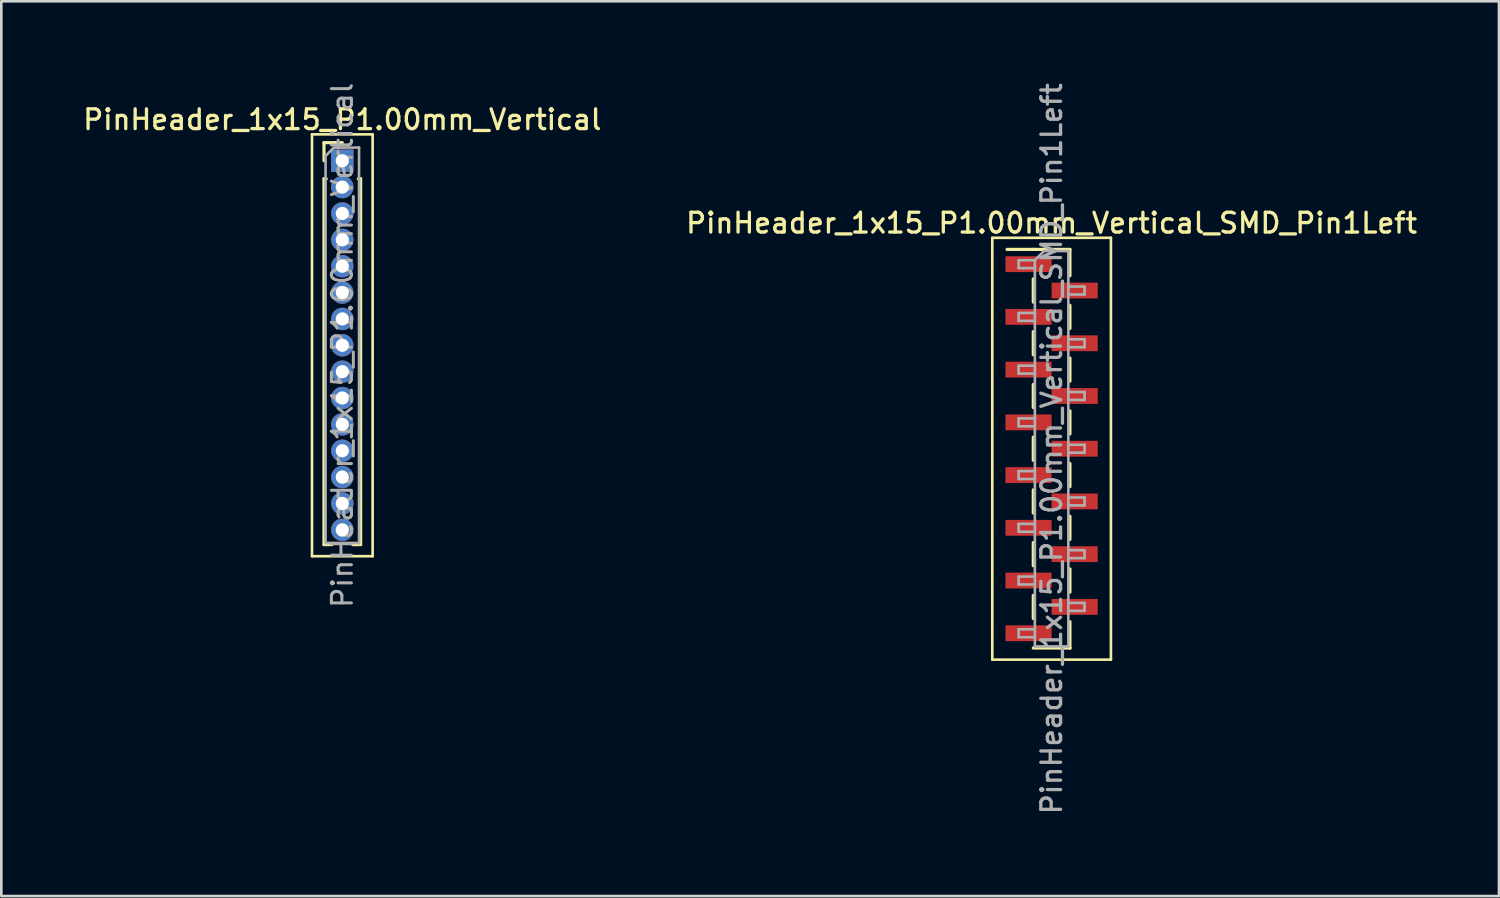
<source format=kicad_pcb>
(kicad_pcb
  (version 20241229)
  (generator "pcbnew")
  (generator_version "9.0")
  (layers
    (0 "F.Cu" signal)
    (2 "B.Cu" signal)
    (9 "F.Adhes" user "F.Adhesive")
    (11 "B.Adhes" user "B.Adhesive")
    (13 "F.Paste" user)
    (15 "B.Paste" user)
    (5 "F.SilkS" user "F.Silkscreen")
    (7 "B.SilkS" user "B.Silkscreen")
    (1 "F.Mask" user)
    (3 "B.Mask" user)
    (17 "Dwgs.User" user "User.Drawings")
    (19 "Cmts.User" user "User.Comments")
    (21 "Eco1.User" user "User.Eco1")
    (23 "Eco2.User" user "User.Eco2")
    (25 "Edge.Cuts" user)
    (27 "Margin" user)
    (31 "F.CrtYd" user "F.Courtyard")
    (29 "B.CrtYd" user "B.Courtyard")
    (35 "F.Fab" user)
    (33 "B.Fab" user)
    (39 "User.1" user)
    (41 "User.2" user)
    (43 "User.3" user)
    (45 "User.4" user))
  (footprint "PinHeader_1x15_P1.00mm_Vertical"
    (layer "F.Cu")
    (at 9.934 3.047)
    (property "Reference" "PinHeader_1x15_P1.00mm_Vertical" (at 0 -1.56 0) (layer "F.SilkS") (effects (font (size 0.75 0.75) (thickness 0.125))))
    (attr through_hole)
    (fp_line (start -1.15 -1) (end -1.15 15) (stroke (width 0.1) (type solid)) (layer "F.SilkS"))
    (fp_line (start -1.15 15) (end 1.15 15) (stroke (width 0.1) (type solid)) (layer "F.SilkS"))
    (fp_line (start -0.695 -0.685) (end 0 -0.685) (stroke (width 0.12) (type solid)) (layer "F.SilkS"))
    (fp_line (start -0.695 0) (end -0.695 -0.685) (stroke (width 0.12) (type solid)) (layer "F.SilkS"))
    (fp_line (start -0.695 0.685) (end -0.695 14.56) (stroke (width 0.12) (type solid)) (layer "F.SilkS"))
    (fp_line (start -0.695 0.685) (end -0.608 0.685) (stroke (width 0.12) (type solid)) (layer "F.SilkS"))
    (fp_line (start -0.695 14.56) (end -0.394 14.56) (stroke (width 0.12) (type solid)) (layer "F.SilkS"))
    (fp_line (start 0.394 14.56) (end 0.695 14.56) (stroke (width 0.12) (type solid)) (layer "F.SilkS"))
    (fp_line (start 0.608 0.685) (end 0.695 0.685) (stroke (width 0.12) (type solid)) (layer "F.SilkS"))
    (fp_line (start 0.695 0.685) (end 0.695 14.56) (stroke (width 0.12) (type solid)) (layer "F.SilkS"))
    (fp_line (start 1.15 -1) (end -1.15 -1) (stroke (width 0.1) (type solid)) (layer "F.SilkS"))
    (fp_line (start 1.15 15) (end 1.15 -1) (stroke (width 0.1) (type solid)) (layer "F.SilkS"))
    (fp_line (start -0.635 -0.182) (end -0.318 -0.5) (stroke (width 0.1) (type solid)) (layer "F.Fab"))
    (fp_line (start -0.635 14.5) (end -0.635 -0.182) (stroke (width 0.1) (type solid)) (layer "F.Fab"))
    (fp_line (start -0.318 -0.5) (end 0.635 -0.5) (stroke (width 0.1) (type solid)) (layer "F.Fab"))
    (fp_line (start 0.635 -0.5) (end 0.635 14.5) (stroke (width 0.1) (type solid)) (layer "F.Fab"))
    (fp_line (start 0.635 14.5) (end -0.635 14.5) (stroke (width 0.1) (type solid)) (layer "F.Fab"))
    (fp_text user "${REFERENCE}" (at 0 7 90) (layer "F.Fab") (effects (font (size 0.76 0.76) (thickness 0.114))))
    (pad "1" thru_hole rect (at 0 0) (size 0.85 0.85) (drill 0.5) (layers "*.Cu" "*.Mask"))
    (pad "2" thru_hole oval (at 0 1) (size 0.85 0.85) (drill 0.5) (layers "*.Cu" "*.Mask"))
    (pad "3" thru_hole oval (at 0 2) (size 0.85 0.85) (drill 0.5) (layers "*.Cu" "*.Mask"))
    (pad "4" thru_hole oval (at 0 3) (size 0.85 0.85) (drill 0.5) (layers "*.Cu" "*.Mask"))
    (pad "5" thru_hole oval (at 0 4) (size 0.85 0.85) (drill 0.5) (layers "*.Cu" "*.Mask"))
    (pad "6" thru_hole oval (at 0 5) (size 0.85 0.85) (drill 0.5) (layers "*.Cu" "*.Mask"))
    (pad "7" thru_hole oval (at 0 6) (size 0.85 0.85) (drill 0.5) (layers "*.Cu" "*.Mask"))
    (pad "8" thru_hole oval (at 0 7) (size 0.85 0.85) (drill 0.5) (layers "*.Cu" "*.Mask"))
    (pad "9" thru_hole oval (at 0 8) (size 0.85 0.85) (drill 0.5) (layers "*.Cu" "*.Mask"))
    (pad "10" thru_hole oval (at 0 9) (size 0.85 0.85) (drill 0.5) (layers "*.Cu" "*.Mask"))
    (pad "11" thru_hole oval (at 0 10) (size 0.85 0.85) (drill 0.5) (layers "*.Cu" "*.Mask"))
    (pad "12" thru_hole oval (at 0 11) (size 0.85 0.85) (drill 0.5) (layers "*.Cu" "*.Mask"))
    (pad "13" thru_hole oval (at 0 12) (size 0.85 0.85) (drill 0.5) (layers "*.Cu" "*.Mask"))
    (pad "14" thru_hole oval (at 0 13) (size 0.85 0.85) (drill 0.5) (layers "*.Cu" "*.Mask"))
    (pad "15" thru_hole oval (at 0 14) (size 0.85 0.85) (drill 0.5) (layers "*.Cu" "*.Mask")))
  (footprint "PinHeader_1x15_P1.00mm_Vertical_SMD_Pin1Left"
    (layer "F.Cu")
    (at 36.838 13.97)
    (property "Reference" "PinHeader_1x15_P1.00mm_Vertical_SMD_Pin1Left" (at 0 -8.56 0) (layer "F.SilkS") (effects (font (size 0.75 0.75) (thickness 0.125))))
    (attr smd)
    (fp_line (start -2.25 -8) (end -2.25 8) (stroke (width 0.1) (type solid)) (layer "F.SilkS"))
    (fp_line (start -2.25 8) (end 2.25 8) (stroke (width 0.1) (type solid)) (layer "F.SilkS"))
    (fp_line (start -0.695 -7.56) (end -1.69 -7.56) (stroke (width 0.12) (type solid)) (layer "F.SilkS"))
    (fp_line (start -0.695 -7.56) (end -0.695 -7.56) (stroke (width 0.12) (type solid)) (layer "F.SilkS"))
    (fp_line (start -0.695 -7.56) (end 0.695 -7.56) (stroke (width 0.12) (type solid)) (layer "F.SilkS"))
    (fp_line (start -0.695 -6.44) (end -0.695 -5.56) (stroke (width 0.12) (type solid)) (layer "F.SilkS"))
    (fp_line (start -0.695 -4.44) (end -0.695 -3.56) (stroke (width 0.12) (type solid)) (layer "F.SilkS"))
    (fp_line (start -0.695 -2.44) (end -0.695 -1.56) (stroke (width 0.12) (type solid)) (layer "F.SilkS"))
    (fp_line (start -0.695 -0.44) (end -0.695 0.44) (stroke (width 0.12) (type solid)) (layer "F.SilkS"))
    (fp_line (start -0.695 1.56) (end -0.695 2.44) (stroke (width 0.12) (type solid)) (layer "F.SilkS"))
    (fp_line (start -0.695 3.56) (end -0.695 4.44) (stroke (width 0.12) (type solid)) (layer "F.SilkS"))
    (fp_line (start -0.695 5.56) (end -0.695 6.44) (stroke (width 0.12) (type solid)) (layer "F.SilkS"))
    (fp_line (start -0.695 7.56) (end 0.695 7.56) (stroke (width 0.12) (type solid)) (layer "F.SilkS"))
    (fp_line (start 0.695 -7.56) (end 0.695 -6.56) (stroke (width 0.12) (type solid)) (layer "F.SilkS"))
    (fp_line (start 0.695 -5.44) (end 0.695 -4.56) (stroke (width 0.12) (type solid)) (layer "F.SilkS"))
    (fp_line (start 0.695 -3.44) (end 0.695 -2.56) (stroke (width 0.12) (type solid)) (layer "F.SilkS"))
    (fp_line (start 0.695 -1.44) (end 0.695 -0.56) (stroke (width 0.12) (type solid)) (layer "F.SilkS"))
    (fp_line (start 0.695 0.56) (end 0.695 1.44) (stroke (width 0.12) (type solid)) (layer "F.SilkS"))
    (fp_line (start 0.695 2.56) (end 0.695 3.44) (stroke (width 0.12) (type solid)) (layer "F.SilkS"))
    (fp_line (start 0.695 4.56) (end 0.695 5.44) (stroke (width 0.12) (type solid)) (layer "F.SilkS"))
    (fp_line (start 0.695 6.56) (end 0.695 7.56) (stroke (width 0.12) (type solid)) (layer "F.SilkS"))
    (fp_line (start 0.695 7.56) (end 0.695 7.56) (stroke (width 0.12) (type solid)) (layer "F.SilkS"))
    (fp_line (start 2.25 -8) (end -2.25 -8) (stroke (width 0.1) (type solid)) (layer "F.SilkS"))
    (fp_line (start 2.25 8) (end 2.25 -8) (stroke (width 0.1) (type solid)) (layer "F.SilkS"))
    (fp_line (start -1.25 -7.15) (end -1.25 -6.85) (stroke (width 0.1) (type solid)) (layer "F.Fab"))
    (fp_line (start -1.25 -6.85) (end -0.635 -6.85) (stroke (width 0.1) (type solid)) (layer "F.Fab"))
    (fp_line (start -1.25 -5.15) (end -1.25 -4.85) (stroke (width 0.1) (type solid)) (layer "F.Fab"))
    (fp_line (start -1.25 -4.85) (end -0.635 -4.85) (stroke (width 0.1) (type solid)) (layer "F.Fab"))
    (fp_line (start -1.25 -3.15) (end -1.25 -2.85) (stroke (width 0.1) (type solid)) (layer "F.Fab"))
    (fp_line (start -1.25 -2.85) (end -0.635 -2.85) (stroke (width 0.1) (type solid)) (layer "F.Fab"))
    (fp_line (start -1.25 -1.15) (end -1.25 -0.85) (stroke (width 0.1) (type solid)) (layer "F.Fab"))
    (fp_line (start -1.25 -0.85) (end -0.635 -0.85) (stroke (width 0.1) (type solid)) (layer "F.Fab"))
    (fp_line (start -1.25 0.85) (end -1.25 1.15) (stroke (width 0.1) (type solid)) (layer "F.Fab"))
    (fp_line (start -1.25 1.15) (end -0.635 1.15) (stroke (width 0.1) (type solid)) (layer "F.Fab"))
    (fp_line (start -1.25 2.85) (end -1.25 3.15) (stroke (width 0.1) (type solid)) (layer "F.Fab"))
    (fp_line (start -1.25 3.15) (end -0.635 3.15) (stroke (width 0.1) (type solid)) (layer "F.Fab"))
    (fp_line (start -1.25 4.85) (end -1.25 5.15) (stroke (width 0.1) (type solid)) (layer "F.Fab"))
    (fp_line (start -1.25 5.15) (end -0.635 5.15) (stroke (width 0.1) (type solid)) (layer "F.Fab"))
    (fp_line (start -1.25 6.85) (end -1.25 7.15) (stroke (width 0.1) (type solid)) (layer "F.Fab"))
    (fp_line (start -1.25 7.15) (end -0.635 7.15) (stroke (width 0.1) (type solid)) (layer "F.Fab"))
    (fp_line (start -0.635 -7.15) (end -1.25 -7.15) (stroke (width 0.1) (type solid)) (layer "F.Fab"))
    (fp_line (start -0.635 -7.15) (end -0.285 -7.5) (stroke (width 0.1) (type solid)) (layer "F.Fab"))
    (fp_line (start -0.635 -5.15) (end -1.25 -5.15) (stroke (width 0.1) (type solid)) (layer "F.Fab"))
    (fp_line (start -0.635 -3.15) (end -1.25 -3.15) (stroke (width 0.1) (type solid)) (layer "F.Fab"))
    (fp_line (start -0.635 -1.15) (end -1.25 -1.15) (stroke (width 0.1) (type solid)) (layer "F.Fab"))
    (fp_line (start -0.635 0.85) (end -1.25 0.85) (stroke (width 0.1) (type solid)) (layer "F.Fab"))
    (fp_line (start -0.635 2.85) (end -1.25 2.85) (stroke (width 0.1) (type solid)) (layer "F.Fab"))
    (fp_line (start -0.635 4.85) (end -1.25 4.85) (stroke (width 0.1) (type solid)) (layer "F.Fab"))
    (fp_line (start -0.635 6.85) (end -1.25 6.85) (stroke (width 0.1) (type solid)) (layer "F.Fab"))
    (fp_line (start -0.635 7.5) (end -0.635 -7.15) (stroke (width 0.1) (type solid)) (layer "F.Fab"))
    (fp_line (start -0.285 -7.5) (end 0.635 -7.5) (stroke (width 0.1) (type solid)) (layer "F.Fab"))
    (fp_line (start 0.635 -7.5) (end 0.635 7.5) (stroke (width 0.1) (type solid)) (layer "F.Fab"))
    (fp_line (start 0.635 -6.15) (end 1.25 -6.15) (stroke (width 0.1) (type solid)) (layer "F.Fab"))
    (fp_line (start 0.635 -4.15) (end 1.25 -4.15) (stroke (width 0.1) (type solid)) (layer "F.Fab"))
    (fp_line (start 0.635 -2.15) (end 1.25 -2.15) (stroke (width 0.1) (type solid)) (layer "F.Fab"))
    (fp_line (start 0.635 -0.15) (end 1.25 -0.15) (stroke (width 0.1) (type solid)) (layer "F.Fab"))
    (fp_line (start 0.635 1.85) (end 1.25 1.85) (stroke (width 0.1) (type solid)) (layer "F.Fab"))
    (fp_line (start 0.635 3.85) (end 1.25 3.85) (stroke (width 0.1) (type solid)) (layer "F.Fab"))
    (fp_line (start 0.635 5.85) (end 1.25 5.85) (stroke (width 0.1) (type solid)) (layer "F.Fab"))
    (fp_line (start 0.635 7.5) (end -0.635 7.5) (stroke (width 0.1) (type solid)) (layer "F.Fab"))
    (fp_line (start 1.25 -6.15) (end 1.25 -5.85) (stroke (width 0.1) (type solid)) (layer "F.Fab"))
    (fp_line (start 1.25 -5.85) (end 0.635 -5.85) (stroke (width 0.1) (type solid)) (layer "F.Fab"))
    (fp_line (start 1.25 -4.15) (end 1.25 -3.85) (stroke (width 0.1) (type solid)) (layer "F.Fab"))
    (fp_line (start 1.25 -3.85) (end 0.635 -3.85) (stroke (width 0.1) (type solid)) (layer "F.Fab"))
    (fp_line (start 1.25 -2.15) (end 1.25 -1.85) (stroke (width 0.1) (type solid)) (layer "F.Fab"))
    (fp_line (start 1.25 -1.85) (end 0.635 -1.85) (stroke (width 0.1) (type solid)) (layer "F.Fab"))
    (fp_line (start 1.25 -0.15) (end 1.25 0.15) (stroke (width 0.1) (type solid)) (layer "F.Fab"))
    (fp_line (start 1.25 0.15) (end 0.635 0.15) (stroke (width 0.1) (type solid)) (layer "F.Fab"))
    (fp_line (start 1.25 1.85) (end 1.25 2.15) (stroke (width 0.1) (type solid)) (layer "F.Fab"))
    (fp_line (start 1.25 2.15) (end 0.635 2.15) (stroke (width 0.1) (type solid)) (layer "F.Fab"))
    (fp_line (start 1.25 3.85) (end 1.25 4.15) (stroke (width 0.1) (type solid)) (layer "F.Fab"))
    (fp_line (start 1.25 4.15) (end 0.635 4.15) (stroke (width 0.1) (type solid)) (layer "F.Fab"))
    (fp_line (start 1.25 5.85) (end 1.25 6.15) (stroke (width 0.1) (type solid)) (layer "F.Fab"))
    (fp_line (start 1.25 6.15) (end 0.635 6.15) (stroke (width 0.1) (type solid)) (layer "F.Fab"))
    (fp_text user "${REFERENCE}" (at 0 0 90) (layer "F.Fab") (effects (font (size 0.75 0.75) (thickness 0.125))))
    (pad "1" smd rect (at -0.875 -7) (size 1.75 0.6) (layers "F.Cu" "F.Mask" "F.Paste"))
    (pad "2" smd rect (at 0.875 -6) (size 1.75 0.6) (layers "F.Cu" "F.Mask" "F.Paste"))
    (pad "3" smd rect (at -0.875 -5) (size 1.75 0.6) (layers "F.Cu" "F.Mask" "F.Paste"))
    (pad "4" smd rect (at 0.875 -4) (size 1.75 0.6) (layers "F.Cu" "F.Mask" "F.Paste"))
    (pad "5" smd rect (at -0.875 -3) (size 1.75 0.6) (layers "F.Cu" "F.Mask" "F.Paste"))
    (pad "6" smd rect (at 0.875 -2) (size 1.75 0.6) (layers "F.Cu" "F.Mask" "F.Paste"))
    (pad "7" smd rect (at -0.875 -1) (size 1.75 0.6) (layers "F.Cu" "F.Mask" "F.Paste"))
    (pad "8" smd rect (at 0.875 0) (size 1.75 0.6) (layers "F.Cu" "F.Mask" "F.Paste"))
    (pad "9" smd rect (at -0.875 1) (size 1.75 0.6) (layers "F.Cu" "F.Mask" "F.Paste"))
    (pad "10" smd rect (at 0.875 2) (size 1.75 0.6) (layers "F.Cu" "F.Mask" "F.Paste"))
    (pad "11" smd rect (at -0.875 3) (size 1.75 0.6) (layers "F.Cu" "F.Mask" "F.Paste"))
    (pad "12" smd rect (at 0.875 4) (size 1.75 0.6) (layers "F.Cu" "F.Mask" "F.Paste"))
    (pad "13" smd rect (at -0.875 5) (size 1.75 0.6) (layers "F.Cu" "F.Mask" "F.Paste"))
    (pad "14" smd rect (at 0.875 6) (size 1.75 0.6) (layers "F.Cu" "F.Mask" "F.Paste"))
    (pad "15" smd rect (at -0.875 7) (size 1.75 0.6) (layers "F.Cu" "F.Mask" "F.Paste")))
  (gr_rect
    (start -3 -3)
    (end 53.807 30.939)
    (stroke (width 0.1) (type default))
    (fill no)
    (layer "Edge.Cuts")))
</source>
